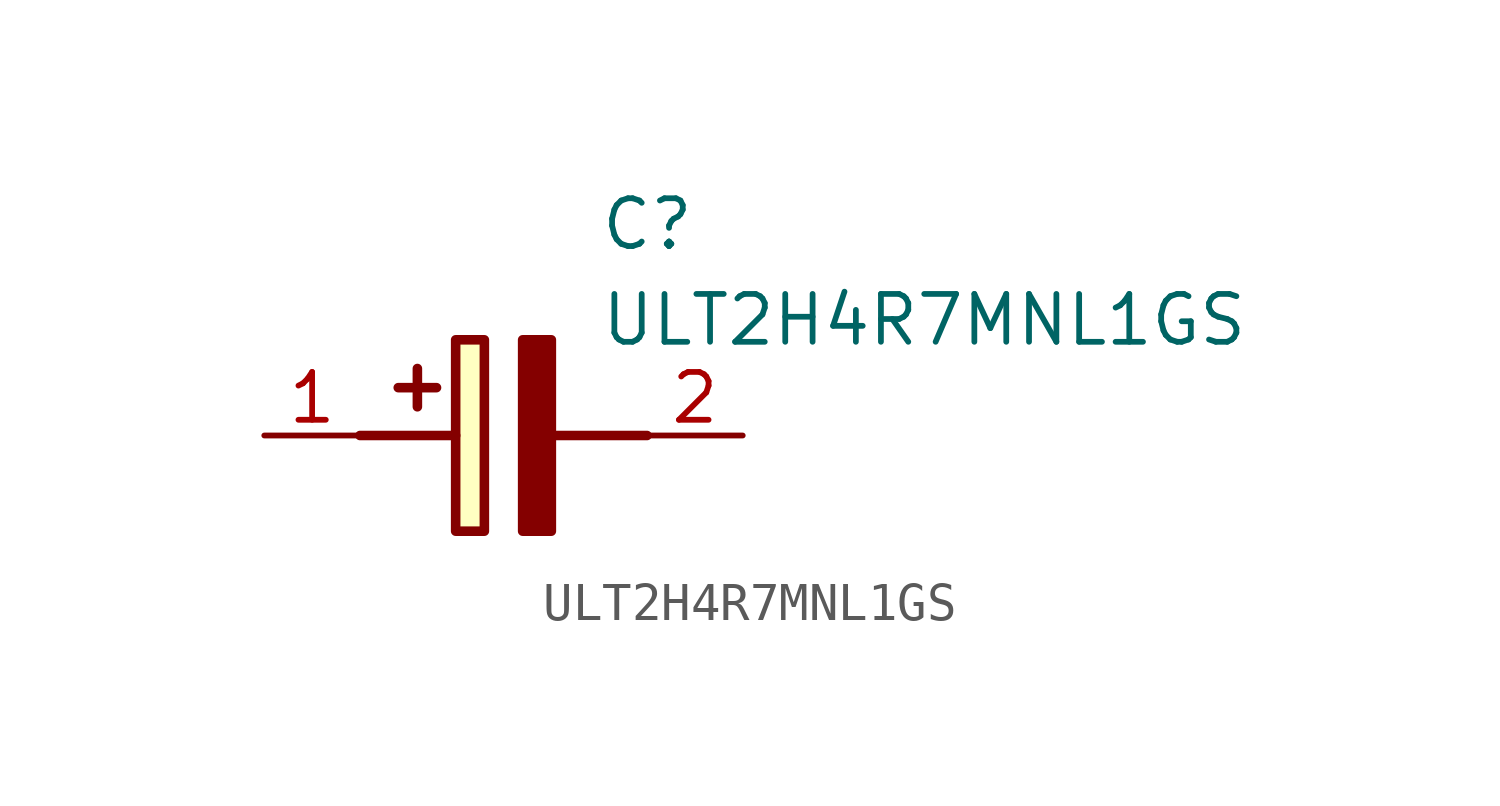
<source format=kicad_sym>
(kicad_symbol_lib
  (version 20211014)
  (generator SamacSys_ECAD_Model)
  (symbol "ULT2H4R7MNL1GS"
    (pin_names hide)
    (property "Reference" "C"
      (at 8.89 6.35 0)
      (effects (font (size 1.27 1.27)) (justify left top)))
    (property "Value" "ULT2H4R7MNL1GS"
      (at 8.89 3.81 0)
      (effects (font (size 1.27 1.27)) (justify left top)))
    (rectangle
      (start 5.08 2.54)
      (end 5.842 -2.54)
      (stroke (width 0.254) (type default))
      (fill (type background)))
    (polyline
      (pts (xy 4.572 1.27) (xy 3.556 1.27))
      (stroke (width 0.254) (type default))
      (fill (type none)))
    (polyline
      (pts (xy 4.064 1.778) (xy 4.064 0.762))
      (stroke (width 0.254) (type default))
      (fill (type none)))
    (polyline
      (pts (xy 2.54 0) (xy 5.08 0))
      (stroke (width 0.254) (type default))
      (fill (type none)))
    (polyline
      (pts (xy 7.62 0) (xy 10.16 0))
      (stroke (width 0.254) (type default))
      (fill (type none)))
    (polyline
      (pts (xy 7.62 2.54) (xy 7.62 -2.54) (xy 6.858 -2.54) (xy 6.858 2.54) (xy 7.62 2.54))
      (stroke (width 0.254) (type default))
      (fill (type outline)))
    (pin passive line
      (at 0 0 0)
      (length 2.54)
      (name "+" (effects (font (size 1.27 1.27))))
      (number "1" (effects (font (size 1.27 1.27)))))
    (pin passive line
      (at 12.7 0 180)
      (length 2.54)
      (name "-" (effects (font (size 1.27 1.27))))
      (number "2" (effects (font (size 1.27 1.27)))))))
</source>
